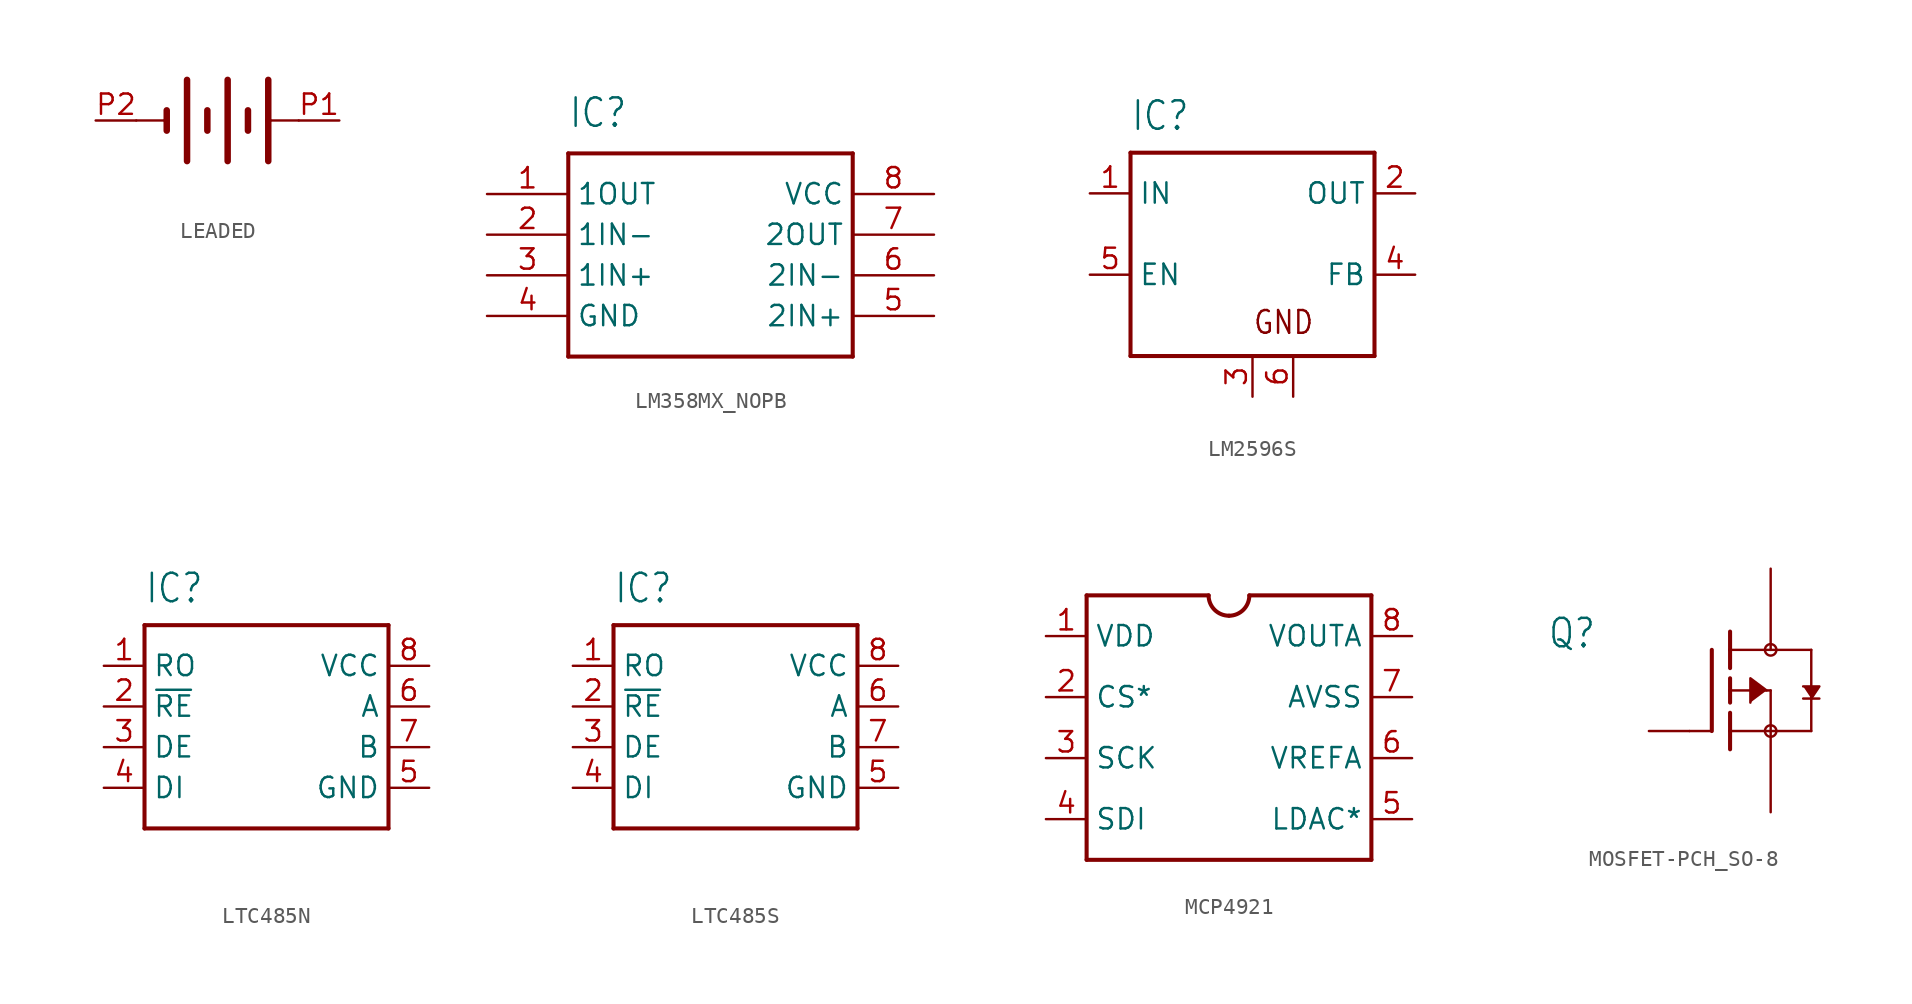
<source format=kicad_sym>
(kicad_symbol_lib
  (version 20220914)
  (generator kicad_symbol_editor)
  (symbol "LEADED"
    (property "Reference" ""
      (at 3.81 3.175 0)
      (effects (font (size 1.778 1.511)) (justify left bottom) hide))
    (property "Value" ""
      (at 3.81 -5.08 0)
      (effects (font (size 1.778 1.511)) (justify left bottom)))
    (property "ki_locked" ""
      (at 0 0 0)
      (effects (font (size 1.27 1.27))))
    (symbol "LEADED_1_0"
      (polyline (pts (xy 2.54 0) (xy 4.445 0)) (stroke (width 0.152) (type solid)) (fill (type none)))
      (polyline (pts (xy 4.445 0) (xy 4.445 -0.635)) (stroke (width 0.406) (type solid)) (fill (type none)))
      (polyline (pts (xy 4.445 0.635) (xy 4.445 0)) (stroke (width 0.406) (type solid)) (fill (type none)))
      (polyline (pts (xy 5.715 2.54) (xy 5.715 -2.54)) (stroke (width 0.406) (type solid)) (fill (type none)))
      (polyline (pts (xy 6.985 0.635) (xy 6.985 -0.635)) (stroke (width 0.406) (type solid)) (fill (type none)))
      (polyline (pts (xy 8.255 2.54) (xy 8.255 -2.54)) (stroke (width 0.406) (type solid)) (fill (type none)))
      (polyline (pts (xy 9.525 0.635) (xy 9.525 -0.635)) (stroke (width 0.406) (type solid)) (fill (type none)))
      (polyline (pts (xy 10.795 0) (xy 10.795 -2.54)) (stroke (width 0.406) (type solid)) (fill (type none)))
      (polyline (pts (xy 10.795 0) (xy 12.7 0)) (stroke (width 0.152) (type solid)) (fill (type none)))
      (polyline (pts (xy 10.795 2.54) (xy 10.795 0)) (stroke (width 0.406) (type solid)) (fill (type none)))
      (pin passive line (at 15.24 0 180) (length 2.54) (name "+" (effects (font (size 0 0)))) (number "P1" (effects (font (size 1.27 1.27)))))
      (pin passive line (at 0 0 0) (length 2.54) (name "-" (effects (font (size 0 0)))) (number "P2" (effects (font (size 1.27 1.27)))))))
  (symbol "LM358MX_NOPB"
    (property "Reference" "IC"
      (at 5.08 5.08 0)
      (effects (font (size 1.778 1.511)) (justify left)))
    (property "Value" ""
      (at 17.78 5.08 0)
      (effects (font (size 1.778 1.511)) (justify left)))
    (property "ki_locked" ""
      (at 0 0 0)
      (effects (font (size 1.27 1.27))))
    (symbol "LM358MX_NOPB_1_0"
      (polyline (pts (xy 5.08 2.54) (xy 5.08 -10.16)) (stroke (width 0.254) (type solid)) (fill (type none)))
      (polyline (pts (xy 5.08 2.54) (xy 22.86 2.54)) (stroke (width 0.254) (type solid)) (fill (type none)))
      (polyline (pts (xy 22.86 -10.16) (xy 5.08 -10.16)) (stroke (width 0.254) (type solid)) (fill (type none)))
      (polyline (pts (xy 22.86 -10.16) (xy 22.86 2.54)) (stroke (width 0.254) (type solid)) (fill (type none)))
      (pin bidirectional line (at 0 0 0) (length 5.08) (name "1OUT" (effects (font (size 1.27 1.27)))) (number "1" (effects (font (size 1.27 1.27)))))
      (pin bidirectional line (at 0 -2.54 0) (length 5.08) (name "1IN-" (effects (font (size 1.27 1.27)))) (number "2" (effects (font (size 1.27 1.27)))))
      (pin bidirectional line (at 0 -5.08 0) (length 5.08) (name "1IN+" (effects (font (size 1.27 1.27)))) (number "3" (effects (font (size 1.27 1.27)))))
      (pin bidirectional line (at 0 -7.62 0) (length 5.08) (name "GND" (effects (font (size 1.27 1.27)))) (number "4" (effects (font (size 1.27 1.27)))))
      (pin bidirectional line (at 27.94 -7.62 180) (length 5.08) (name "2IN+" (effects (font (size 1.27 1.27)))) (number "5" (effects (font (size 1.27 1.27)))))
      (pin bidirectional line (at 27.94 -5.08 180) (length 5.08) (name "2IN-" (effects (font (size 1.27 1.27)))) (number "6" (effects (font (size 1.27 1.27)))))
      (pin bidirectional line (at 27.94 -2.54 180) (length 5.08) (name "2OUT" (effects (font (size 1.27 1.27)))) (number "7" (effects (font (size 1.27 1.27)))))
      (pin bidirectional line (at 27.94 0 180) (length 5.08) (name "VCC" (effects (font (size 1.27 1.27)))) (number "8" (effects (font (size 1.27 1.27)))))))
  (symbol "LM2596S"
    (property "Reference" "IC"
      (at -7.62 6.35 0)
      (effects (font (size 1.778 1.511)) (justify left bottom)))
    (property "Value" ""
      (at 2.54 6.35 0)
      (effects (font (size 1.778 1.511)) (justify left bottom)))
    (property "ki_locked" ""
      (at 0 0 0)
      (effects (font (size 1.27 1.27))))
    (symbol "LM2596S_1_0"
      (polyline (pts (xy -7.62 -7.62) (xy -7.62 5.08)) (stroke (width 0.254) (type solid)) (fill (type none)))
      (polyline (pts (xy -7.62 5.08) (xy 7.62 5.08)) (stroke (width 0.254) (type solid)) (fill (type none)))
      (polyline (pts (xy 7.62 -7.62) (xy -7.62 -7.62)) (stroke (width 0.254) (type solid)) (fill (type none)))
      (polyline (pts (xy 7.62 5.08) (xy 7.62 -7.62)) (stroke (width 0.254) (type solid)) (fill (type none)))
      (text "GND" (at 0 -6.35 0) (effects (font (size 1.422 1.209)) (justify left bottom)))
      (pin input line (at -10.16 2.54 0) (length 2.54) (name "IN" (effects (font (size 1.27 1.27)))) (number "1" (effects (font (size 1.27 1.27)))))
      (pin output line (at 10.16 2.54 180) (length 2.54) (name "OUT" (effects (font (size 1.27 1.27)))) (number "2" (effects (font (size 1.27 1.27)))))
      (pin power_in line (at 0 -10.16 90) (length 2.54) (name "GND" (effects (font (size 0 0)))) (number "3" (effects (font (size 1.27 1.27)))))
      (pin input line (at 10.16 -2.54 180) (length 2.54) (name "FB" (effects (font (size 1.27 1.27)))) (number "4" (effects (font (size 1.27 1.27)))))
      (pin input line (at -10.16 -2.54 0) (length 2.54) (name "EN" (effects (font (size 1.27 1.27)))) (number "5" (effects (font (size 1.27 1.27)))))
      (pin power_in line (at 2.54 -10.16 90) (length 2.54) (name "GND@1" (effects (font (size 0 0)))) (number "6" (effects (font (size 1.27 1.27)))))))
  (symbol "LTC485N"
    (property "Reference" "IC"
      (at -7.62 6.35 0)
      (effects (font (size 1.778 1.511)) (justify left bottom)))
    (property "Value" ""
      (at -7.62 -10.16 0)
      (effects (font (size 1.778 1.511)) (justify left bottom)))
    (property "ki_locked" ""
      (at 0 0 0)
      (effects (font (size 1.27 1.27))))
    (symbol "LTC485N_1_0"
      (polyline (pts (xy -7.62 -7.62) (xy -7.62 5.08)) (stroke (width 0.254) (type solid)) (fill (type none)))
      (polyline (pts (xy -7.62 5.08) (xy 7.62 5.08)) (stroke (width 0.254) (type solid)) (fill (type none)))
      (polyline (pts (xy 7.62 -7.62) (xy -7.62 -7.62)) (stroke (width 0.254) (type solid)) (fill (type none)))
      (polyline (pts (xy 7.62 5.08) (xy 7.62 -7.62)) (stroke (width 0.254) (type solid)) (fill (type none)))
      (pin output line (at -10.16 2.54 0) (length 2.54) (name "RO" (effects (font (size 1.27 1.27)))) (number "1" (effects (font (size 1.27 1.27)))))
      (pin input line (at -10.16 0 0) (length 2.54) (name "~{RE}" (effects (font (size 1.27 1.27)))) (number "2" (effects (font (size 1.27 1.27)))))
      (pin input line (at -10.16 -2.54 0) (length 2.54) (name "DE" (effects (font (size 1.27 1.27)))) (number "3" (effects (font (size 1.27 1.27)))))
      (pin input line (at -10.16 -5.08 0) (length 2.54) (name "DI" (effects (font (size 1.27 1.27)))) (number "4" (effects (font (size 1.27 1.27)))))
      (pin input line (at 10.16 -5.08 180) (length 2.54) (name "GND" (effects (font (size 1.27 1.27)))) (number "5" (effects (font (size 1.27 1.27)))))
      (pin bidirectional line (at 10.16 0 180) (length 2.54) (name "A" (effects (font (size 1.27 1.27)))) (number "6" (effects (font (size 1.27 1.27)))))
      (pin bidirectional line (at 10.16 -2.54 180) (length 2.54) (name "B" (effects (font (size 1.27 1.27)))) (number "7" (effects (font (size 1.27 1.27)))))
      (pin input line (at 10.16 2.54 180) (length 2.54) (name "VCC" (effects (font (size 1.27 1.27)))) (number "8" (effects (font (size 1.27 1.27)))))))
  (symbol "LTC485S"
    (property "Reference" "IC"
      (at -7.62 6.35 0)
      (effects (font (size 1.778 1.511)) (justify left bottom)))
    (property "Value" ""
      (at -7.62 -10.16 0)
      (effects (font (size 1.778 1.511)) (justify left bottom)))
    (property "ki_locked" ""
      (at 0 0 0)
      (effects (font (size 1.27 1.27))))
    (symbol "LTC485S_1_0"
      (polyline (pts (xy -7.62 -7.62) (xy -7.62 5.08)) (stroke (width 0.254) (type solid)) (fill (type none)))
      (polyline (pts (xy -7.62 5.08) (xy 7.62 5.08)) (stroke (width 0.254) (type solid)) (fill (type none)))
      (polyline (pts (xy 7.62 -7.62) (xy -7.62 -7.62)) (stroke (width 0.254) (type solid)) (fill (type none)))
      (polyline (pts (xy 7.62 5.08) (xy 7.62 -7.62)) (stroke (width 0.254) (type solid)) (fill (type none)))
      (pin output line (at -10.16 2.54 0) (length 2.54) (name "RO" (effects (font (size 1.27 1.27)))) (number "1" (effects (font (size 1.27 1.27)))))
      (pin input line (at -10.16 0 0) (length 2.54) (name "~{RE}" (effects (font (size 1.27 1.27)))) (number "2" (effects (font (size 1.27 1.27)))))
      (pin input line (at -10.16 -2.54 0) (length 2.54) (name "DE" (effects (font (size 1.27 1.27)))) (number "3" (effects (font (size 1.27 1.27)))))
      (pin input line (at -10.16 -5.08 0) (length 2.54) (name "DI" (effects (font (size 1.27 1.27)))) (number "4" (effects (font (size 1.27 1.27)))))
      (pin input line (at 10.16 -5.08 180) (length 2.54) (name "GND" (effects (font (size 1.27 1.27)))) (number "5" (effects (font (size 1.27 1.27)))))
      (pin bidirectional line (at 10.16 0 180) (length 2.54) (name "A" (effects (font (size 1.27 1.27)))) (number "6" (effects (font (size 1.27 1.27)))))
      (pin bidirectional line (at 10.16 -2.54 180) (length 2.54) (name "B" (effects (font (size 1.27 1.27)))) (number "7" (effects (font (size 1.27 1.27)))))
      (pin input line (at 10.16 2.54 180) (length 2.54) (name "VCC" (effects (font (size 1.27 1.27)))) (number "8" (effects (font (size 1.27 1.27)))))))
  (symbol "MCP4921"
    (property "Reference" ""
      (at -8.89 8.89 0)
      (effects (font (size 1.676 1.425)) (justify left bottom) hide))
    (property "Value" ""
      (at 2.54 8.89 0)
      (effects (font (size 1.676 1.425)) (justify left bottom)))
    (property "ki_locked" ""
      (at 0 0 0)
      (effects (font (size 1.27 1.27))))
    (symbol "MCP4921_1_0"
      (arc (start -1.27 7.62) (mid -0.898 6.722) (end 0 6.35) (stroke (width 0.254) (type solid)) (fill (type none)))
      (polyline (pts (xy -8.89 -8.89) (xy 8.89 -8.89)) (stroke (width 0.254) (type solid)) (fill (type none)))
      (polyline (pts (xy -8.89 7.62) (xy -8.89 -8.89)) (stroke (width 0.254) (type solid)) (fill (type none)))
      (polyline (pts (xy -8.89 7.62) (xy -1.27 7.62)) (stroke (width 0.254) (type solid)) (fill (type none)))
      (polyline (pts (xy 8.89 -8.89) (xy 8.89 7.62)) (stroke (width 0.254) (type solid)) (fill (type none)))
      (polyline (pts (xy 8.89 7.62) (xy 1.27 7.62)) (stroke (width 0.254) (type solid)) (fill (type none)))
      (arc (start 0 6.35) (mid 0.898 6.722) (end 1.27 7.62) (stroke (width 0.254) (type solid)) (fill (type none)))
      (pin bidirectional line (at -11.43 5.08 0) (length 2.54) (name "VDD" (effects (font (size 1.27 1.27)))) (number "1" (effects (font (size 1.27 1.27)))))
      (pin bidirectional line (at -11.43 1.27 0) (length 2.54) (name "CS*" (effects (font (size 1.27 1.27)))) (number "2" (effects (font (size 1.27 1.27)))))
      (pin bidirectional line (at -11.43 -2.54 0) (length 2.54) (name "SCK" (effects (font (size 1.27 1.27)))) (number "3" (effects (font (size 1.27 1.27)))))
      (pin bidirectional line (at -11.43 -6.35 0) (length 2.54) (name "SDI" (effects (font (size 1.27 1.27)))) (number "4" (effects (font (size 1.27 1.27)))))
      (pin bidirectional line (at 11.43 -6.35 180) (length 2.54) (name "LDAC*" (effects (font (size 1.27 1.27)))) (number "5" (effects (font (size 1.27 1.27)))))
      (pin bidirectional line (at 11.43 -2.54 180) (length 2.54) (name "VREFA" (effects (font (size 1.27 1.27)))) (number "6" (effects (font (size 1.27 1.27)))))
      (pin bidirectional line (at 11.43 1.27 180) (length 2.54) (name "AVSS" (effects (font (size 1.27 1.27)))) (number "7" (effects (font (size 1.27 1.27)))))
      (pin bidirectional line (at 11.43 5.08 180) (length 2.54) (name "VOUTA" (effects (font (size 1.27 1.27)))) (number "8" (effects (font (size 1.27 1.27)))))))
  (symbol "MOSFET-PCH_SO-8"
    (property "Reference" "Q"
      (at -8.89 2.54 0)
      (effects (font (size 1.778 1.511)) (justify left bottom)))
    (property "Value" ""
      (at -8.89 0 0)
      (effects (font (size 1.778 1.511)) (justify left bottom)))
    (property "ki_locked" ""
      (at 0 0 0)
      (effects (font (size 1.27 1.27))))
    (symbol "MOSFET-PCH_SO-8_1_0"
      (polyline (pts (xy 0 -2.54) (xy 1.321 -2.54)) (stroke (width 0.152) (type solid)) (fill (type none)))
      (polyline (pts (xy 1.397 2.54) (xy 1.397 -2.54)) (stroke (width 0.254) (type solid)) (fill (type none)))
      (polyline (pts (xy 2.54 -2.54) (xy 2.54 -3.683)) (stroke (width 0.254) (type solid)) (fill (type none)))
      (polyline (pts (xy 2.54 -1.397) (xy 2.54 -2.54)) (stroke (width 0.254) (type solid)) (fill (type none)))
      (polyline (pts (xy 2.54 0) (xy 2.54 -0.762)) (stroke (width 0.254) (type solid)) (fill (type none)))
      (polyline (pts (xy 2.54 0) (xy 5.08 0)) (stroke (width 0.152) (type solid)) (fill (type none)))
      (polyline (pts (xy 2.54 0.762) (xy 2.54 0)) (stroke (width 0.254) (type solid)) (fill (type none)))
      (polyline (pts (xy 2.54 2.54) (xy 2.54 1.397)) (stroke (width 0.254) (type solid)) (fill (type none)))
      (polyline (pts (xy 2.54 2.54) (xy 5.08 2.54)) (stroke (width 0.152) (type solid)) (fill (type none)))
      (polyline (pts (xy 2.54 3.683) (xy 2.54 2.54)) (stroke (width 0.254) (type solid)) (fill (type none)))
      (polyline (pts (xy 5.08 -2.54) (xy 2.54 -2.54)) (stroke (width 0.152) (type solid)) (fill (type none)))
      (polyline (pts (xy 5.08 -2.54) (xy 7.62 -2.54)) (stroke (width 0.152) (type solid)) (fill (type none)))
      (polyline (pts (xy 5.08 0) (xy 5.08 -2.54)) (stroke (width 0.152) (type solid)) (fill (type none)))
      (polyline (pts (xy 5.08 2.54) (xy 7.62 2.54)) (stroke (width 0.152) (type solid)) (fill (type none)))
      (polyline (pts (xy 7.112 -0.508) (xy 7.62 -0.508)) (stroke (width 0.152) (type solid)) (fill (type none)))
      (polyline (pts (xy 7.62 -0.508) (xy 7.62 -2.54)) (stroke (width 0.152) (type solid)) (fill (type none)))
      (polyline (pts (xy 7.62 -0.508) (xy 8.128 -0.508)) (stroke (width 0.152) (type solid)) (fill (type none)))
      (polyline (pts (xy 7.62 2.54) (xy 7.62 -0.508)) (stroke (width 0.152) (type solid)) (fill (type none)))
      (polyline (pts (xy 4.826 0) (xy 3.81 0.762) (xy 3.81 -0.762)) (stroke (width 0.152) (type solid)) (fill (type outline)))
      (polyline (pts (xy 7.62 -0.508) (xy 8.128 0.254) (xy 7.112 0.254)) (stroke (width 0.152) (type solid)) (fill (type outline)))
      (circle (center 5.08 -2.54) (radius 0.359) (stroke (width 0) (type solid)) (fill (type none)))
      (circle (center 5.08 2.54) (radius 0.359) (stroke (width 0) (type solid)) (fill (type none)))
      (pin passive line (at 5.08 -7.62 90) (length 5.08) (name "S" (effects (font (size 0 0)))) (number "1" (effects (font (size 0 0)))))
      (pin passive line (at -2.54 -2.54 0) (length 2.54) (name "G" (effects (font (size 0 0)))) (number "4" (effects (font (size 0 0)))))
      (pin passive line (at 5.08 7.62 270) (length 5.08) (name "D" (effects (font (size 0 0)))) (number "5" (effects (font (size 0 0))))))))
</source>
